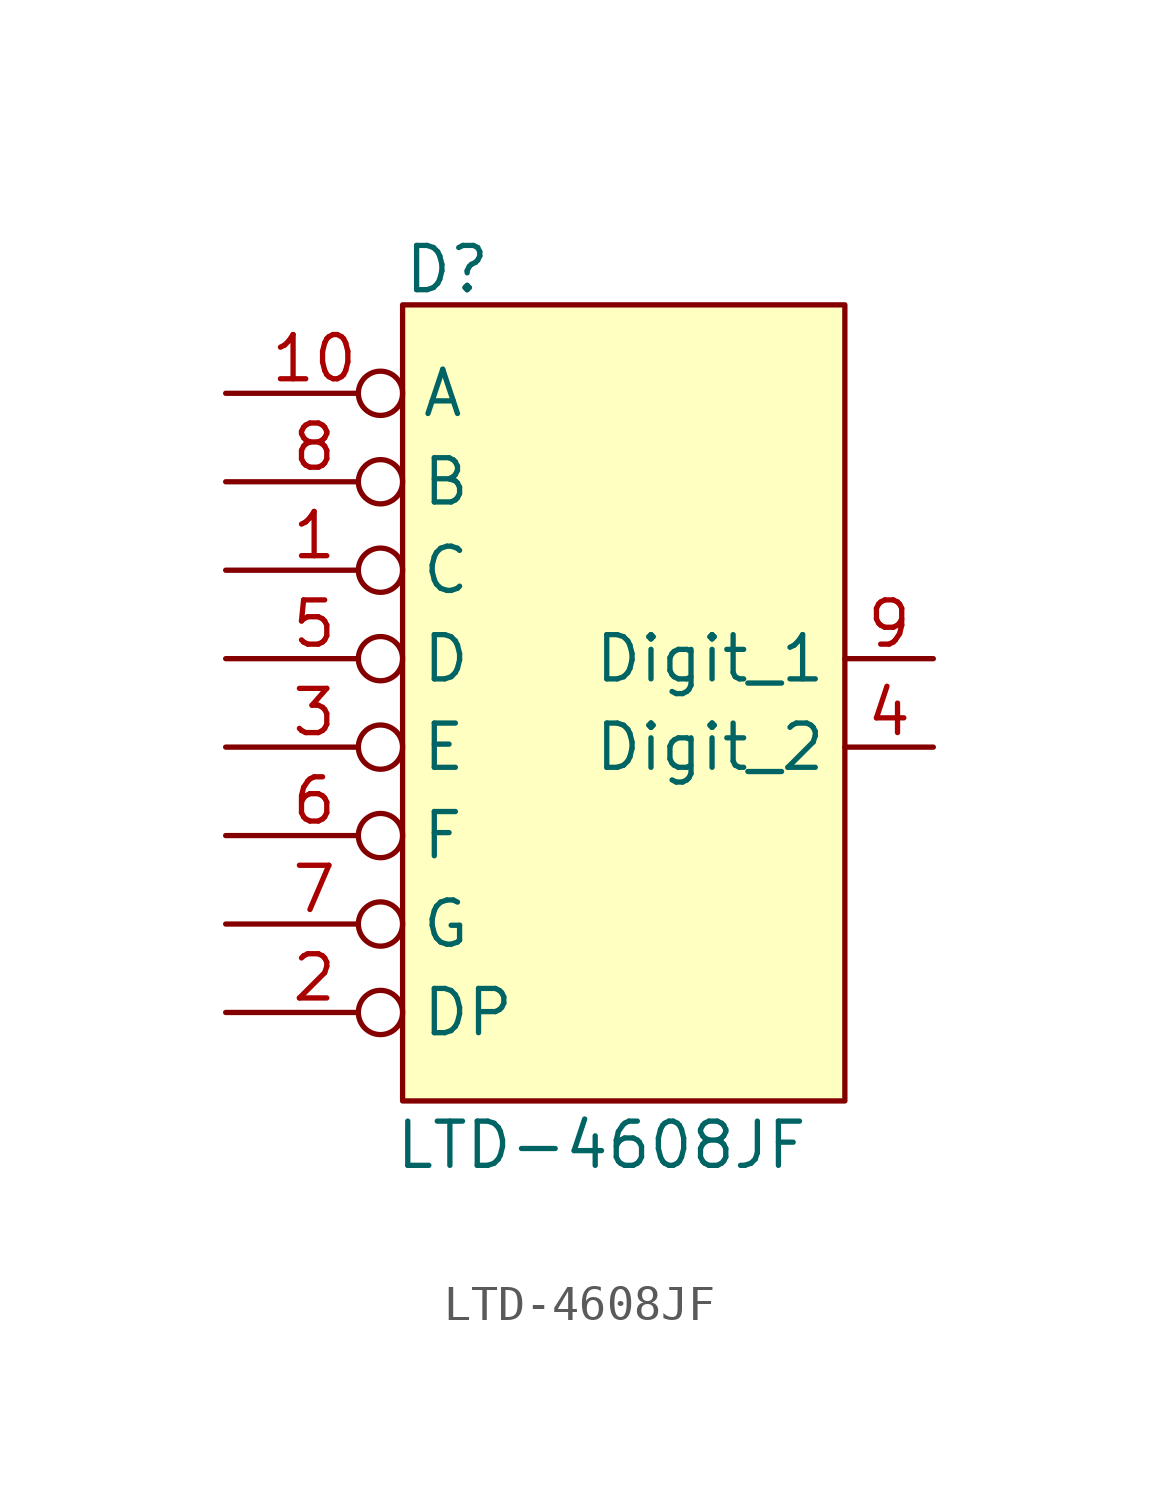
<source format=kicad_sym>
(kicad_symbol_lib
  (version 20231120)
  (generator "kicad_symbol_editor")
  (generator_version "8.0")
  (symbol "LTD-4608JF"
    (property "Reference" "D"
      (at -8.89 -6.604 0)
      (effects (font (size 1.27 1.27)) (justify left)))
    (property "Value" "LTD-4608JF"
      (at -9.144 -31.75 0)
      (effects (font (size 1.27 1.27)) (justify left)))
    (symbol "LTD-4608JF_1_1"
      (rectangle (start -8.89 -7.62) (end 3.81 -30.48) (stroke (width 0) (type default) (color 132 0 0 1)) (fill (type background)))
      (pin passive inverted (at -13.97 -15.24 0) (length 5.08) (name "C" (effects (font (size 1.27 1.27)))) (number "1" (effects (font (size 1.27 1.27)))))
      (pin passive inverted (at -13.97 -10.16 0) (length 5.08) (name "A" (effects (font (size 1.27 1.27)))) (number "10" (effects (font (size 1.27 1.27)))))
      (pin passive inverted (at -13.97 -27.94 0) (length 5.08) (name "DP" (effects (font (size 1.27 1.27)))) (number "2" (effects (font (size 1.27 1.27)))))
      (pin passive inverted (at -13.97 -20.32 0) (length 5.08) (name "E" (effects (font (size 1.27 1.27)))) (number "3" (effects (font (size 1.27 1.27)))))
      (pin input line (at 6.35 -20.32 180) (length 2.54) (name "Digit_2" (effects (font (size 1.27 1.27)))) (number "4" (effects (font (size 1.27 1.27)))))
      (pin passive inverted (at -13.97 -17.78 0) (length 5.08) (name "D" (effects (font (size 1.27 1.27)))) (number "5" (effects (font (size 1.27 1.27)))))
      (pin passive inverted (at -13.97 -22.86 0) (length 5.08) (name "F" (effects (font (size 1.27 1.27)))) (number "6" (effects (font (size 1.27 1.27)))))
      (pin passive inverted (at -13.97 -25.4 0) (length 5.08) (name "G" (effects (font (size 1.27 1.27)))) (number "7" (effects (font (size 1.27 1.27)))))
      (pin passive inverted (at -13.97 -12.7 0) (length 5.08) (name "B" (effects (font (size 1.27 1.27)))) (number "8" (effects (font (size 1.27 1.27)))))
      (pin input line (at 6.35 -17.78 180) (length 2.54) (name "Digit_1" (effects (font (size 1.27 1.27)))) (number "9" (effects (font (size 1.27 1.27))))))))
</source>
